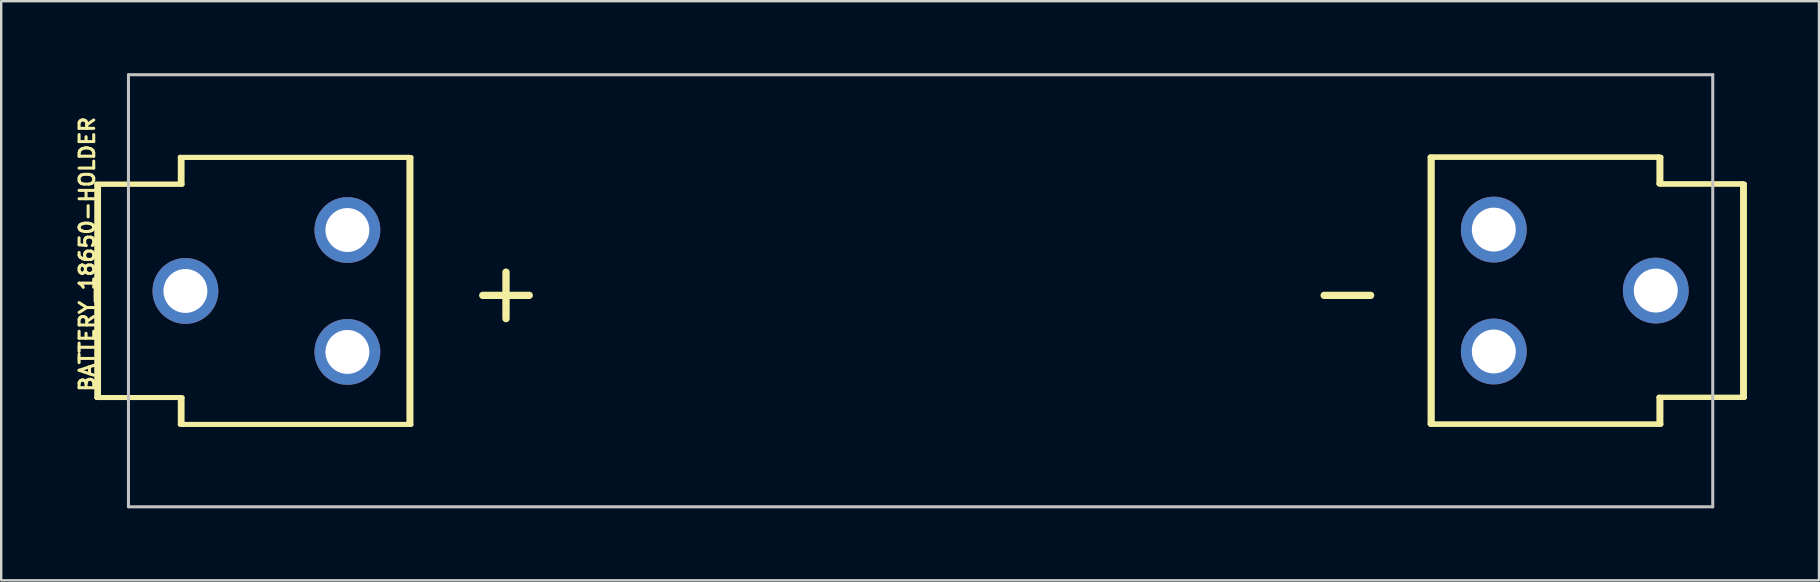
<source format=kicad_pcb>
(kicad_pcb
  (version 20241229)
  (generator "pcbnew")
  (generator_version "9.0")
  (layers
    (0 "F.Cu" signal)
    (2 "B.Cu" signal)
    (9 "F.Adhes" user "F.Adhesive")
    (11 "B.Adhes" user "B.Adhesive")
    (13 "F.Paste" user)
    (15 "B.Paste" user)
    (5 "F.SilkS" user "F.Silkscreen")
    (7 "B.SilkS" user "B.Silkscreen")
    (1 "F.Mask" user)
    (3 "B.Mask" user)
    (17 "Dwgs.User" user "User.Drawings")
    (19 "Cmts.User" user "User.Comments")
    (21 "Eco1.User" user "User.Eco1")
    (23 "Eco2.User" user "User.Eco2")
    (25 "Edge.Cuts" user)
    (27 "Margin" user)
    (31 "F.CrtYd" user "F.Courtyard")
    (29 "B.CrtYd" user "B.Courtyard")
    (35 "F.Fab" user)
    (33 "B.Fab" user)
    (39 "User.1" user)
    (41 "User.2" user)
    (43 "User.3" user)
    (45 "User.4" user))
  (footprint "BATTERY_18650-HOLDER"
    (layer "F.Cu")
    (at 35.301 9.063)
    (property "Reference" "BATTERY_18650-HOLDER" (at -34.722 -1.524 90) (layer "F.SilkS") (effects (font (size 0.61 0.61) (thickness 0.127))))
    (attr exclude_from_pos_files exclude_from_bom)
    (fp_line (start -34.323 -4.445) (end -30.843 -4.445) (stroke (width 0.203) (type solid)) (layer "F.SilkS"))
    (fp_line (start -34.323 4.445) (end -34.323 -4.445) (stroke (width 0.203) (type solid)) (layer "F.SilkS"))
    (fp_line (start -34.244 -4.435) (end -30.764 -4.435) (stroke (width 0.203) (type solid)) (layer "F.SilkS"))
    (fp_line (start -34.244 4.453) (end -34.244 -4.435) (stroke (width 0.203) (type solid)) (layer "F.SilkS"))
    (fp_line (start -30.843 -5.563) (end -21.318 -5.563) (stroke (width 0.203) (type solid)) (layer "F.SilkS"))
    (fp_line (start -30.843 -4.445) (end -30.843 -5.563) (stroke (width 0.203) (type solid)) (layer "F.SilkS"))
    (fp_line (start -30.843 4.445) (end -34.323 4.445) (stroke (width 0.203) (type solid)) (layer "F.SilkS"))
    (fp_line (start -30.843 5.563) (end -30.843 4.445) (stroke (width 0.203) (type solid)) (layer "F.SilkS"))
    (fp_line (start -30.764 -5.552) (end -21.229 -5.552) (stroke (width 0.203) (type solid)) (layer "F.SilkS"))
    (fp_line (start -30.764 -4.435) (end -30.764 -5.552) (stroke (width 0.203) (type solid)) (layer "F.SilkS"))
    (fp_line (start -30.764 4.453) (end -34.244 4.453) (stroke (width 0.203) (type solid)) (layer "F.SilkS"))
    (fp_line (start -30.764 5.57) (end -30.764 4.453) (stroke (width 0.203) (type solid)) (layer "F.SilkS"))
    (fp_line (start -21.318 -5.563) (end -21.318 5.563) (stroke (width 0.203) (type solid)) (layer "F.SilkS"))
    (fp_line (start -21.318 5.563) (end -30.843 5.563) (stroke (width 0.203) (type solid)) (layer "F.SilkS"))
    (fp_line (start -21.229 -5.552) (end -21.229 5.57) (stroke (width 0.203) (type solid)) (layer "F.SilkS"))
    (fp_line (start -21.229 5.57) (end -30.764 5.57) (stroke (width 0.203) (type solid)) (layer "F.SilkS"))
    (fp_line (start 21.229 -5.57) (end 30.764 -5.57) (stroke (width 0.203) (type solid)) (layer "F.SilkS"))
    (fp_line (start 21.229 -5.57) (end 30.764 -5.57) (stroke (width 0.203) (type solid)) (layer "F.SilkS"))
    (fp_line (start 21.229 5.552) (end 21.229 -5.57) (stroke (width 0.203) (type solid)) (layer "F.SilkS"))
    (fp_line (start 21.229 5.552) (end 21.229 -5.57) (stroke (width 0.203) (type solid)) (layer "F.SilkS"))
    (fp_line (start 21.318 -5.563) (end 30.843 -5.563) (stroke (width 0.203) (type solid)) (layer "F.SilkS"))
    (fp_line (start 21.318 5.563) (end 21.318 -5.563) (stroke (width 0.203) (type solid)) (layer "F.SilkS"))
    (fp_line (start 30.764 -5.57) (end 30.764 -4.453) (stroke (width 0.203) (type solid)) (layer "F.SilkS"))
    (fp_line (start 30.764 -5.57) (end 30.764 -4.453) (stroke (width 0.203) (type solid)) (layer "F.SilkS"))
    (fp_line (start 30.764 -4.453) (end 34.244 -4.453) (stroke (width 0.203) (type solid)) (layer "F.SilkS"))
    (fp_line (start 30.764 -4.453) (end 34.244 -4.453) (stroke (width 0.203) (type solid)) (layer "F.SilkS"))
    (fp_line (start 30.764 4.435) (end 30.764 5.552) (stroke (width 0.203) (type solid)) (layer "F.SilkS"))
    (fp_line (start 30.764 4.435) (end 30.764 5.552) (stroke (width 0.203) (type solid)) (layer "F.SilkS"))
    (fp_line (start 30.764 5.552) (end 21.229 5.552) (stroke (width 0.203) (type solid)) (layer "F.SilkS"))
    (fp_line (start 30.764 5.552) (end 21.229 5.552) (stroke (width 0.203) (type solid)) (layer "F.SilkS"))
    (fp_line (start 30.843 -5.563) (end 30.843 -4.445) (stroke (width 0.203) (type solid)) (layer "F.SilkS"))
    (fp_line (start 30.843 -4.445) (end 34.323 -4.445) (stroke (width 0.203) (type solid)) (layer "F.SilkS"))
    (fp_line (start 30.843 4.445) (end 30.843 5.563) (stroke (width 0.203) (type solid)) (layer "F.SilkS"))
    (fp_line (start 30.843 5.563) (end 21.318 5.563) (stroke (width 0.203) (type solid)) (layer "F.SilkS"))
    (fp_line (start 34.244 -4.453) (end 34.244 4.435) (stroke (width 0.203) (type solid)) (layer "F.SilkS"))
    (fp_line (start 34.244 -4.453) (end 34.244 4.435) (stroke (width 0.203) (type solid)) (layer "F.SilkS"))
    (fp_line (start 34.244 4.435) (end 30.764 4.435) (stroke (width 0.203) (type solid)) (layer "F.SilkS"))
    (fp_line (start 34.244 4.435) (end 30.764 4.435) (stroke (width 0.203) (type solid)) (layer "F.SilkS"))
    (fp_line (start 34.323 -4.445) (end 34.323 4.445) (stroke (width 0.203) (type solid)) (layer "F.SilkS"))
    (fp_line (start 34.323 4.445) (end 30.843 4.445) (stroke (width 0.203) (type solid)) (layer "F.SilkS"))
    (fp_line (start -33 -8.999) (end -33 8.999) (stroke (width 0.127) (type solid)) (layer "Dwgs.User"))
    (fp_line (start -33 -8.999) (end 33 -8.999) (stroke (width 0.127) (type solid)) (layer "Dwgs.User"))
    (fp_line (start 33 -8.999) (end 33 8.999) (stroke (width 0.127) (type solid)) (layer "Dwgs.User"))
    (fp_line (start 33 8.999) (end -33 8.999) (stroke (width 0.127) (type solid)) (layer "Dwgs.User"))
    (fp_text user "+" (at -17.272 0 0) (layer "F.SilkS") (effects (font (size 2.54 2.54) (thickness 0.305))))
    (fp_text user "-" (at 17.78 0 0) (layer "F.SilkS") (effects (font (size 2.54 2.54) (thickness 0.305))))
    (pad "GND@" thru_hole circle (at 23.879 -2.548) (size 2.743 2.743) (drill 1.829) (layers "*.Cu" "*.Mask"))
    (pad "GND@" thru_hole circle (at 23.879 2.53) (size 2.743 2.743) (drill 1.829) (layers "*.Cu" "*.Mask"))
    (pad "GND@" thru_hole circle (at 30.627 -0.008) (size 2.743 2.743) (drill 1.829) (layers "*.Cu" "*.Mask"))
    (pad "PWR@" thru_hole circle (at -30.627 0.008) (size 2.743 2.743) (drill 1.829) (layers "*.Cu" "*.Mask"))
    (pad "PWR@" thru_hole circle (at -23.879 -2.53) (size 2.743 2.743) (drill 1.829) (layers "*.Cu" "*.Mask"))
    (pad "PWR@" thru_hole circle (at -23.879 2.548) (size 2.743 2.743) (drill 1.829) (layers "*.Cu" "*.Mask")))
  (gr_rect
    (start -3 -3)
    (end 72.726 21.125)
    (stroke (width 0.1) (type default))
    (fill no)
    (layer "Edge.Cuts")))
</source>
